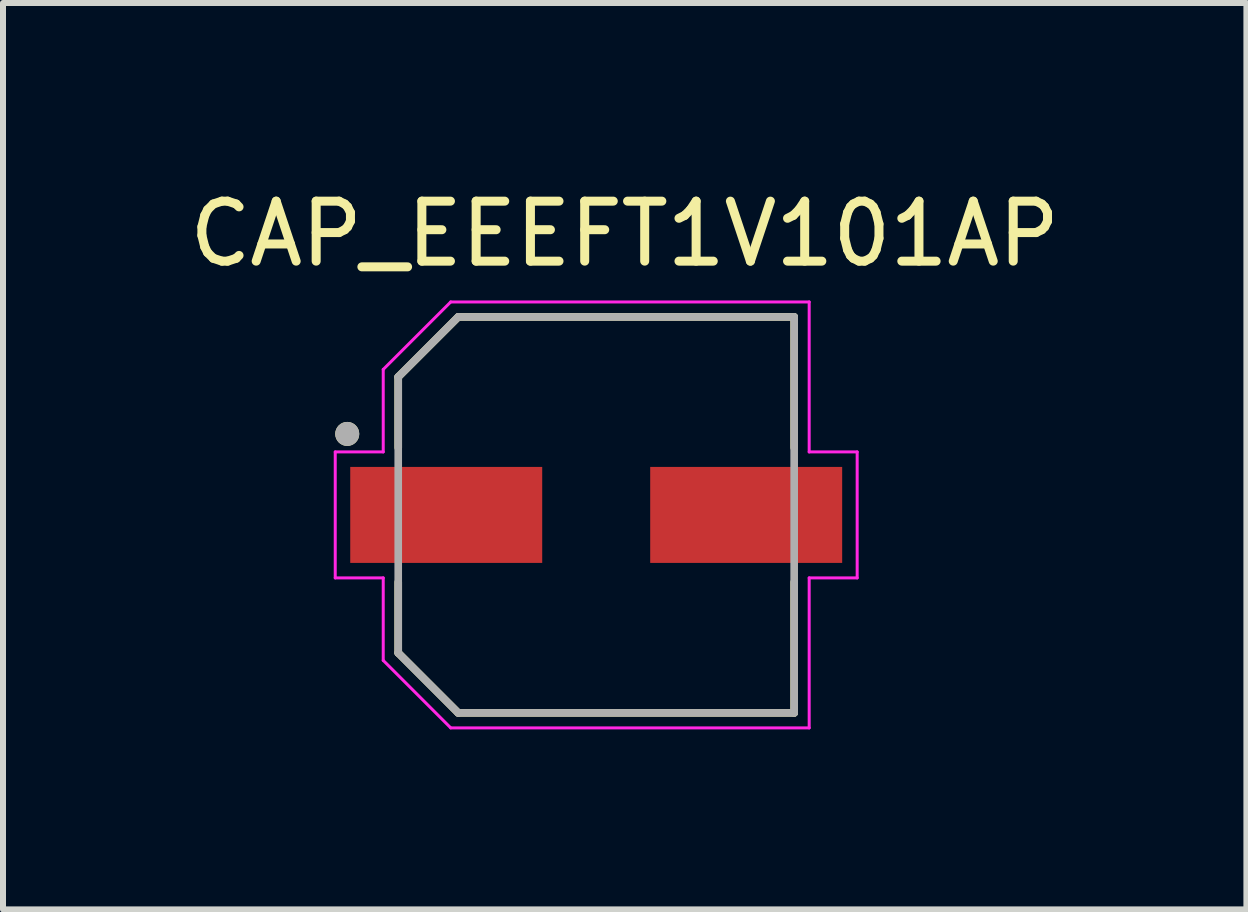
<source format=kicad_pcb>
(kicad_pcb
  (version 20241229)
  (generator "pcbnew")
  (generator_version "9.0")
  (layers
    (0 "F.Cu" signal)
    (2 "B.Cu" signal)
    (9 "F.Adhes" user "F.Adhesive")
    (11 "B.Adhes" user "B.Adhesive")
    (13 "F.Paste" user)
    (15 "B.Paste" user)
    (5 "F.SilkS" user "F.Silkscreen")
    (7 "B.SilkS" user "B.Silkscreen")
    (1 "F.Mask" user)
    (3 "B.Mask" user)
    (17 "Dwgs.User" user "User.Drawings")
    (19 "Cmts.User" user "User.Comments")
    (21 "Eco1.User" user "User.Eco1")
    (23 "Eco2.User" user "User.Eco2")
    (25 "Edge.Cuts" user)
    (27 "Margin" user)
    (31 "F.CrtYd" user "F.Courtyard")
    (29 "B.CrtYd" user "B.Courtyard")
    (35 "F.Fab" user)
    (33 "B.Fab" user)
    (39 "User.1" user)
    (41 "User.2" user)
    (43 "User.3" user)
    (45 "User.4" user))
  (footprint "CAP_EEEFT1V101AP"
    (layer "F.Cu")
    (at 6.888 5.533)
    (property "Reference" "CAP_EEEFT1V101AP" (at 0.475 -4.685 0) (layer "F.SilkS") (effects (font (size 1 1) (thickness 0.15))))
    (attr smd)
    (fp_line (start -3.3 -2.3) (end -3.3 -1.12) (stroke (width 0.127) (type solid)) (layer "F.SilkS"))
    (fp_line (start -3.3 1.12) (end -3.3 2.3) (stroke (width 0.127) (type solid)) (layer "F.SilkS"))
    (fp_line (start -3.3 2.3) (end -2.3 3.3) (stroke (width 0.127) (type solid)) (layer "F.SilkS"))
    (fp_line (start -2.3 -3.3) (end -3.3 -2.3) (stroke (width 0.127) (type solid)) (layer "F.SilkS"))
    (fp_line (start -2.3 3.3) (end 3.3 3.3) (stroke (width 0.127) (type solid)) (layer "F.SilkS"))
    (fp_line (start 3.3 -3.3) (end -2.3 -3.3) (stroke (width 0.127) (type solid)) (layer "F.SilkS"))
    (fp_line (start 3.3 -1.12) (end 3.3 -3.3) (stroke (width 0.127) (type solid)) (layer "F.SilkS"))
    (fp_line (start 3.3 3.3) (end 3.3 1.12) (stroke (width 0.127) (type solid)) (layer "F.SilkS"))
    (fp_circle (center -4.15 -1.35) (end -4.05 -1.35) (stroke (width 0.2) (type solid)) (fill no) (layer "F.SilkS"))
    (fp_line (start -4.35 -1.05) (end -3.55 -1.05) (stroke (width 0.05) (type solid)) (layer "F.CrtYd"))
    (fp_line (start -4.35 1.05) (end -4.35 -1.05) (stroke (width 0.05) (type solid)) (layer "F.CrtYd"))
    (fp_line (start -3.55 -2.425) (end -2.425 -3.55) (stroke (width 0.05) (type solid)) (layer "F.CrtYd"))
    (fp_line (start -3.55 -1.05) (end -3.55 -2.425) (stroke (width 0.05) (type solid)) (layer "F.CrtYd"))
    (fp_line (start -3.55 1.05) (end -4.35 1.05) (stroke (width 0.05) (type solid)) (layer "F.CrtYd"))
    (fp_line (start -3.55 2.425) (end -3.55 1.05) (stroke (width 0.05) (type solid)) (layer "F.CrtYd"))
    (fp_line (start -2.425 -3.55) (end 3.55 -3.55) (stroke (width 0.05) (type solid)) (layer "F.CrtYd"))
    (fp_line (start -2.425 3.55) (end -3.55 2.425) (stroke (width 0.05) (type solid)) (layer "F.CrtYd"))
    (fp_line (start 3.55 -3.55) (end 3.55 -1.05) (stroke (width 0.05) (type solid)) (layer "F.CrtYd"))
    (fp_line (start 3.55 -1.05) (end 4.35 -1.05) (stroke (width 0.05) (type solid)) (layer "F.CrtYd"))
    (fp_line (start 3.55 1.05) (end 3.55 3.55) (stroke (width 0.05) (type solid)) (layer "F.CrtYd"))
    (fp_line (start 3.55 3.55) (end -2.425 3.55) (stroke (width 0.05) (type solid)) (layer "F.CrtYd"))
    (fp_line (start 4.35 -1.05) (end 4.35 1.05) (stroke (width 0.05) (type solid)) (layer "F.CrtYd"))
    (fp_line (start 4.35 1.05) (end 3.55 1.05) (stroke (width 0.05) (type solid)) (layer "F.CrtYd"))
    (fp_line (start -3.3 -2.3) (end -3.3 2.3) (stroke (width 0.127) (type solid)) (layer "F.Fab"))
    (fp_line (start -3.3 2.3) (end -2.3 3.3) (stroke (width 0.127) (type solid)) (layer "F.Fab"))
    (fp_line (start -2.3 -3.3) (end -3.3 -2.3) (stroke (width 0.127) (type solid)) (layer "F.Fab"))
    (fp_line (start -2.3 3.3) (end 3.3 3.3) (stroke (width 0.127) (type solid)) (layer "F.Fab"))
    (fp_line (start 3.3 -3.3) (end -2.3 -3.3) (stroke (width 0.127) (type solid)) (layer "F.Fab"))
    (fp_line (start 3.3 3.3) (end 3.3 -3.3) (stroke (width 0.127) (type solid)) (layer "F.Fab"))
    (fp_circle (center -4.15 -1.35) (end -4.05 -1.35) (stroke (width 0.2) (type solid)) (fill no) (layer "F.Fab"))
    (pad "1" smd rect (at -2.5 0) (size 3.2 1.6) (layers "F.Cu" "F.Mask" "F.Paste"))
    (pad "2" smd rect (at 2.5 0) (size 3.2 1.6) (layers "F.Cu" "F.Mask" "F.Paste")))
  (gr_rect
    (start -3 -3)
    (end 17.726 12.108)
    (stroke (width 0.1) (type default))
    (fill no)
    (layer "Edge.Cuts")))
</source>
